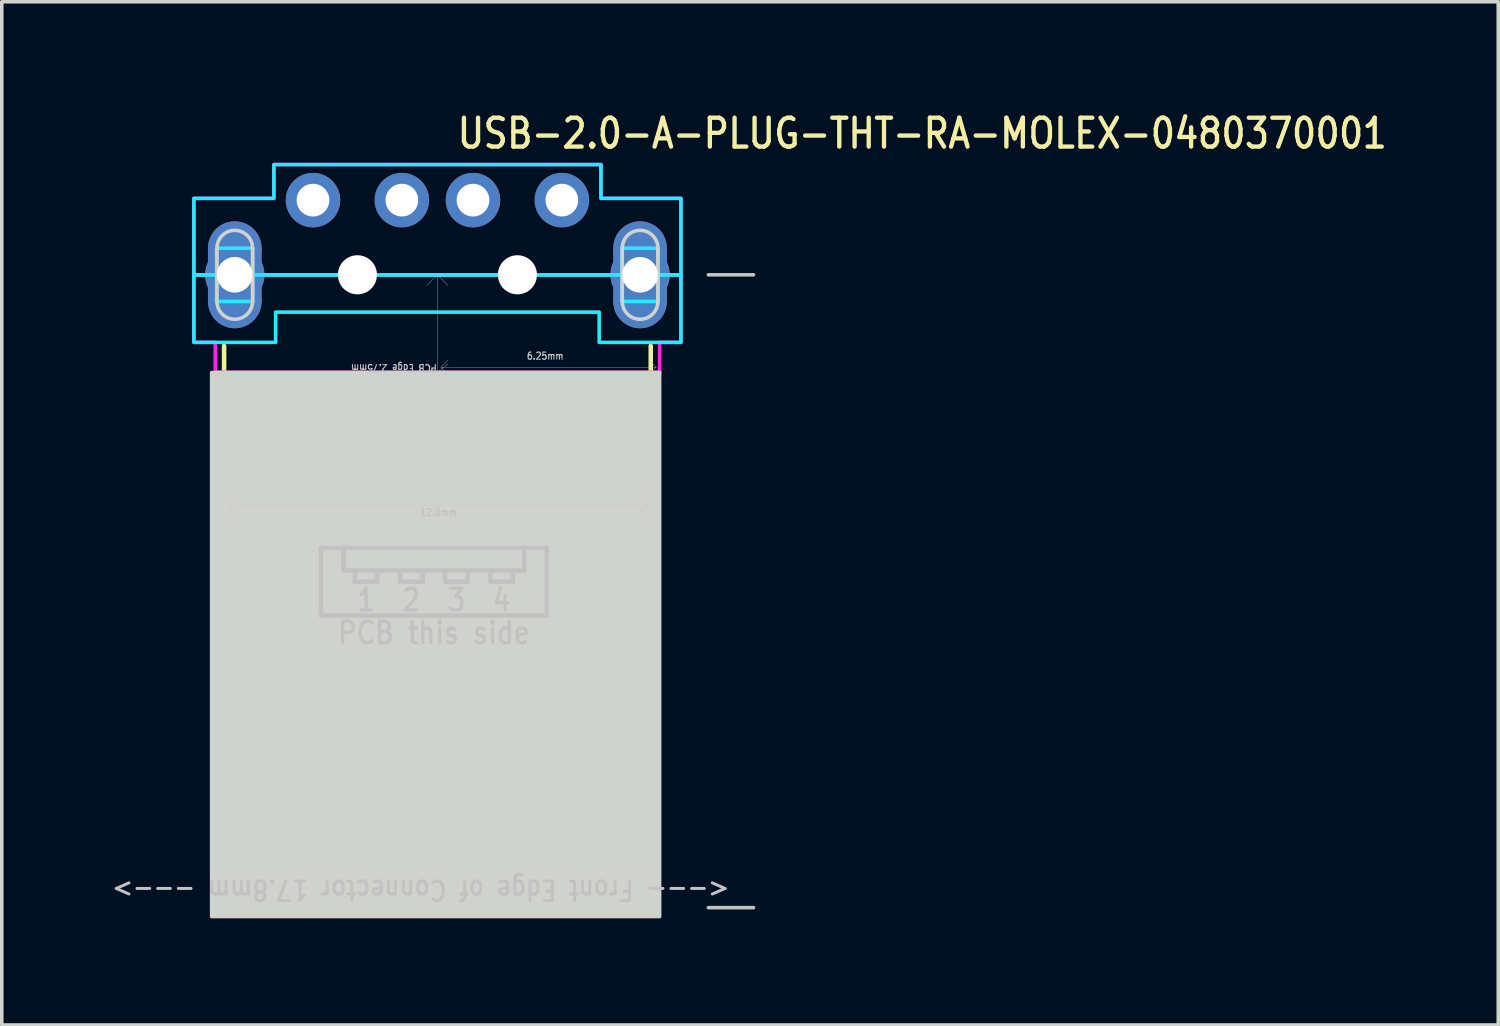
<source format=kicad_pcb>
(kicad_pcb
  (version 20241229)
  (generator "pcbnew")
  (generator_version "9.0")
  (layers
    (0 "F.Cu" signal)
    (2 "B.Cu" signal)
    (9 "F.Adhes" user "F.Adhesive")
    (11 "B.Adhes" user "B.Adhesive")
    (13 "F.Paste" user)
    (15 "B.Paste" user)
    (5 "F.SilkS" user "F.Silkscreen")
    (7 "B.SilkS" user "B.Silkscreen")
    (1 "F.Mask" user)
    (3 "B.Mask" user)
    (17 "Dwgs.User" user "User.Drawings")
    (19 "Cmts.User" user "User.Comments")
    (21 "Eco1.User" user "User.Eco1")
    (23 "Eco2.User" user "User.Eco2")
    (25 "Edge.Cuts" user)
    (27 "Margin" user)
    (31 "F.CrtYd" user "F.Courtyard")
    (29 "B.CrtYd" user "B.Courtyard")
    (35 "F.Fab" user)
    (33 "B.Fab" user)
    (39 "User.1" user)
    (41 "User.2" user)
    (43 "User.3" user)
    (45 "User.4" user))
  (footprint "USB-2.0-A-PLUG-THT-RA-MOLEX-0480370001"
    (layer "F.Cu")
    (at 9.253 4.679)
    (property "Reference" "USB-2.0-A-PLUG-THT-RA-MOLEX-0480370001" (at 0.5 -3.5 0) (unlocked yes) (layer "F.SilkS") (effects (font (size 0.813 0.695) (thickness 0.122)) (justify left bottom)))
    (fp_circle (center -5.7 -0.75) (end -6.454 -0.75) (stroke (width 0) (type solid)) (fill yes) (layer "F.Cu"))
    (fp_circle (center -5.7 0.75) (end -4.946 0.75) (stroke (width 0) (type solid)) (fill yes) (layer "F.Cu"))
    (fp_circle (center 5.7 -0.75) (end 4.946 -0.75) (stroke (width 0) (type solid)) (fill yes) (layer "F.Cu"))
    (fp_circle (center 5.7 0.75) (end 6.454 0.75) (stroke (width 0) (type solid)) (fill yes) (layer "F.Cu"))
    (fp_poly (pts (xy -6.454 0.75) (xy -6.454 -0.75) (xy -4.946 -0.75) (xy -4.946 0.75)) (stroke (width 0) (type solid)) (fill yes) (layer "F.Cu"))
    (fp_poly (pts (xy 4.946 0.75) (xy 4.946 -0.75) (xy 6.454 -0.75) (xy 6.454 0.75)) (stroke (width 0) (type solid)) (fill yes) (layer "F.Cu"))
    (fp_circle (center -5.7 -0.75) (end -6.554 -0.75) (stroke (width 0) (type solid)) (fill yes) (layer "F.Mask"))
    (fp_circle (center -5.7 0.75) (end -4.846 0.75) (stroke (width 0) (type solid)) (fill yes) (layer "F.Mask"))
    (fp_circle (center 5.7 -0.75) (end 4.846 -0.75) (stroke (width 0) (type solid)) (fill yes) (layer "F.Mask"))
    (fp_circle (center 5.7 0.75) (end 6.554 0.75) (stroke (width 0) (type solid)) (fill yes) (layer "F.Mask"))
    (fp_poly (pts (xy -6.554 0.75) (xy -6.554 -0.75) (xy -4.846 -0.75) (xy -4.846 0.75)) (stroke (width 0) (type solid)) (fill yes) (layer "F.Mask"))
    (fp_poly (pts (xy 4.846 0.75) (xy 4.846 -0.75) (xy 6.554 -0.75) (xy 6.554 0.75)) (stroke (width 0) (type solid)) (fill yes) (layer "F.Mask"))
    (fp_circle (center -5.7 -0.75) (end -4.946 -0.75) (stroke (width 0) (type solid)) (fill yes) (layer "B.Cu"))
    (fp_circle (center -5.7 0.75) (end -6.454 0.75) (stroke (width 0) (type solid)) (fill yes) (layer "B.Cu"))
    (fp_circle (center 5.7 -0.75) (end 6.454 -0.75) (stroke (width 0) (type solid)) (fill yes) (layer "B.Cu"))
    (fp_circle (center 5.7 0.75) (end 4.946 0.75) (stroke (width 0) (type solid)) (fill yes) (layer "B.Cu"))
    (fp_poly (pts (xy -4.946 0.75) (xy -4.946 -0.75) (xy -6.454 -0.75) (xy -6.454 0.75)) (stroke (width 0) (type solid)) (fill yes) (layer "B.Cu"))
    (fp_poly (pts (xy 6.454 0.75) (xy 6.454 -0.75) (xy 4.946 -0.75) (xy 4.946 0.75)) (stroke (width 0) (type solid)) (fill yes) (layer "B.Cu"))
    (fp_circle (center -5.7 -0.75) (end -4.846 -0.75) (stroke (width 0) (type solid)) (fill yes) (layer "B.Mask"))
    (fp_circle (center -5.7 0.75) (end -6.554 0.75) (stroke (width 0) (type solid)) (fill yes) (layer "B.Mask"))
    (fp_circle (center 5.7 -0.75) (end 6.554 -0.75) (stroke (width 0) (type solid)) (fill yes) (layer "B.Mask"))
    (fp_circle (center 5.7 0.75) (end 4.846 0.75) (stroke (width 0) (type solid)) (fill yes) (layer "B.Mask"))
    (fp_poly (pts (xy -4.846 0.75) (xy -4.846 -0.75) (xy -6.554 -0.75) (xy -6.554 0.75)) (stroke (width 0) (type solid)) (fill yes) (layer "B.Mask"))
    (fp_poly (pts (xy 6.554 0.75) (xy 6.554 -0.75) (xy 4.846 -0.75) (xy 4.846 0.75)) (stroke (width 0) (type solid)) (fill yes) (layer "B.Mask"))
    (fp_line (start -6 2) (end -6 17.8) (stroke (width 0.127) (type solid)) (layer "F.SilkS"))
    (fp_line (start -6 17.8) (end 6 17.8) (stroke (width 0.127) (type solid)) (layer "F.SilkS"))
    (fp_line (start 6 17.8) (end 6 2) (stroke (width 0.127) (type solid)) (layer "F.SilkS"))
    (fp_line (start -5.9 6.5) (end 5.9 6.5) (stroke (width 0.01) (type solid)) (layer "Dwgs.User"))
    (fp_line (start -5.7 6.3) (end -5.9 6.5) (stroke (width 0.01) (type solid)) (layer "Dwgs.User"))
    (fp_line (start -5.7 6.7) (end -5.9 6.5) (stroke (width 0.01) (type solid)) (layer "Dwgs.User"))
    (fp_line (start -3.275 7.68) (end -2.64 7.68) (stroke (width 0.127) (type solid)) (layer "Dwgs.User"))
    (fp_line (start -3.275 9.585) (end -3.275 7.68) (stroke (width 0.127) (type solid)) (layer "Dwgs.User"))
    (fp_line (start -2.64 7.68) (end -2.64 8.315) (stroke (width 0.127) (type solid)) (layer "Dwgs.User"))
    (fp_line (start -2.64 7.68) (end 2.44 7.68) (stroke (width 0.127) (type solid)) (layer "Dwgs.User"))
    (fp_line (start -2.64 8.315) (end -2.322 8.315) (stroke (width 0.127) (type solid)) (layer "Dwgs.User"))
    (fp_line (start -2.322 8.315) (end -2.322 8.633) (stroke (width 0.127) (type solid)) (layer "Dwgs.User"))
    (fp_line (start -2.322 8.315) (end -1.688 8.315) (stroke (width 0.127) (type solid)) (layer "Dwgs.User"))
    (fp_line (start -2.322 8.633) (end -1.688 8.633) (stroke (width 0.127) (type solid)) (layer "Dwgs.User"))
    (fp_line (start -1.688 8.315) (end -1.052 8.315) (stroke (width 0.127) (type solid)) (layer "Dwgs.User"))
    (fp_line (start -1.688 8.633) (end -1.688 8.315) (stroke (width 0.127) (type solid)) (layer "Dwgs.User"))
    (fp_line (start -1.052 8.315) (end -1.052 8.633) (stroke (width 0.127) (type solid)) (layer "Dwgs.User"))
    (fp_line (start -1.052 8.315) (end -0.417 8.315) (stroke (width 0.127) (type solid)) (layer "Dwgs.User"))
    (fp_line (start -1.052 8.633) (end -0.417 8.633) (stroke (width 0.127) (type solid)) (layer "Dwgs.User"))
    (fp_line (start -0.417 8.315) (end 0.217 8.315) (stroke (width 0.127) (type solid)) (layer "Dwgs.User"))
    (fp_line (start -0.417 8.633) (end -0.417 8.315) (stroke (width 0.127) (type solid)) (layer "Dwgs.User"))
    (fp_line (start 0 0) (end -0.3 0.3) (stroke (width 0.01) (type solid)) (layer "Dwgs.User"))
    (fp_line (start 0 0) (end 0 2.75) (stroke (width 0.01) (type solid)) (layer "Dwgs.User"))
    (fp_line (start 0 0) (end 0.3 0.3) (stroke (width 0.01) (type solid)) (layer "Dwgs.User"))
    (fp_line (start 0 2.75) (end -0.3 2.5) (stroke (width 0.01) (type solid)) (layer "Dwgs.User"))
    (fp_line (start 0 2.75) (end 0.3 2.5) (stroke (width 0.01) (type solid)) (layer "Dwgs.User"))
    (fp_line (start 0.1 2.6) (end 6.15 2.6) (stroke (width 0.01) (type solid)) (layer "Dwgs.User"))
    (fp_line (start 0.217 8.315) (end 0.217 8.633) (stroke (width 0.127) (type solid)) (layer "Dwgs.User"))
    (fp_line (start 0.217 8.315) (end 0.853 8.315) (stroke (width 0.127) (type solid)) (layer "Dwgs.User"))
    (fp_line (start 0.217 8.633) (end 0.853 8.633) (stroke (width 0.127) (type solid)) (layer "Dwgs.User"))
    (fp_line (start 0.3 2.4) (end 0.1 2.6) (stroke (width 0.01) (type solid)) (layer "Dwgs.User"))
    (fp_line (start 0.3 2.8) (end 0.1 2.6) (stroke (width 0.01) (type solid)) (layer "Dwgs.User"))
    (fp_line (start 0.853 8.315) (end 1.488 8.315) (stroke (width 0.127) (type solid)) (layer "Dwgs.User"))
    (fp_line (start 0.853 8.633) (end 0.853 8.315) (stroke (width 0.127) (type solid)) (layer "Dwgs.User"))
    (fp_line (start 1.488 8.315) (end 1.488 8.633) (stroke (width 0.127) (type solid)) (layer "Dwgs.User"))
    (fp_line (start 1.488 8.315) (end 2.123 8.315) (stroke (width 0.127) (type solid)) (layer "Dwgs.User"))
    (fp_line (start 1.488 8.633) (end 2.123 8.633) (stroke (width 0.127) (type solid)) (layer "Dwgs.User"))
    (fp_line (start 2.123 8.315) (end 2.44 8.315) (stroke (width 0.127) (type solid)) (layer "Dwgs.User"))
    (fp_line (start 2.123 8.633) (end 2.123 8.315) (stroke (width 0.127) (type solid)) (layer "Dwgs.User"))
    (fp_line (start 2.44 7.68) (end 3.075 7.68) (stroke (width 0.127) (type solid)) (layer "Dwgs.User"))
    (fp_line (start 2.44 8.315) (end 2.44 7.68) (stroke (width 0.127) (type solid)) (layer "Dwgs.User"))
    (fp_line (start 3.075 7.68) (end 3.075 9.585) (stroke (width 0.127) (type solid)) (layer "Dwgs.User"))
    (fp_line (start 3.075 9.585) (end -3.275 9.585) (stroke (width 0.127) (type solid)) (layer "Dwgs.User"))
    (fp_line (start 5.9 6.5) (end 5.7 6.3) (stroke (width 0.01) (type solid)) (layer "Dwgs.User"))
    (fp_line (start 5.9 6.5) (end 5.7 6.7) (stroke (width 0.01) (type solid)) (layer "Dwgs.User"))
    (fp_line (start 5.95 2.8) (end 6.15 2.6) (stroke (width 0.01) (type solid)) (layer "Dwgs.User"))
    (fp_line (start 6.15 2.6) (end 5.95 2.4) (stroke (width 0.01) (type solid)) (layer "Dwgs.User"))
    (fp_line (start 7.62 0) (end 8.89 0) (stroke (width 0.1) (type solid)) (layer "Dwgs.User"))
    (fp_line (start 7.62 17.8) (end 8.89 17.8) (stroke (width 0.1) (type solid)) (layer "Dwgs.User"))
    (fp_line (start -6.25 2.75) (end 6.25 2.75) (stroke (width 0.1) (type solid)) (layer "Edge.Cuts"))
    (fp_line (start -6.2 0.75) (end -6.2 -0.75) (stroke (width 0.1) (type solid)) (layer "Edge.Cuts"))
    (fp_line (start -5.2 -0.75) (end -5.2 0.75) (stroke (width 0.1) (type solid)) (layer "Edge.Cuts"))
    (fp_line (start 5.2 0.75) (end 5.2 -0.75) (stroke (width 0.1) (type solid)) (layer "Edge.Cuts"))
    (fp_line (start 6.2 -0.75) (end 6.2 0.75) (stroke (width 0.1) (type solid)) (layer "Edge.Cuts"))
    (fp_arc (start -6.2 -0.75) (mid -5.7 -1.25) (end -5.2 -0.75) (stroke (width 0.1) (type solid)) (layer "Edge.Cuts"))
    (fp_arc (start -5.2 0.75) (mid -5.7 1.25) (end -6.2 0.75) (stroke (width 0.1) (type solid)) (layer "Edge.Cuts"))
    (fp_arc (start 5.2 -0.75) (mid 5.7 -1.25) (end 6.2 -0.75) (stroke (width 0.1) (type solid)) (layer "Edge.Cuts"))
    (fp_arc (start 6.2 0.75) (mid 5.7 1.25) (end 5.2 0.75) (stroke (width 0.1) (type solid)) (layer "Edge.Cuts"))
    (fp_poly (pts (xy -6.35 2.75) (xy 6.25 2.75) (xy 6.25 18.05) (xy -6.35 18.05)) (stroke (width 0.1) (type solid)) (fill yes) (layer "Edge.Cuts"))
    (fp_poly (pts (xy -4.6 -3.1) (xy 4.6 -3.1) (xy 4.6 -2.15) (xy 6.85 -2.15) (xy 6.85 0) (xy 6.21 0) (xy 6.21 -0.75) (xy 5.19 -0.75) (xy 5.19 0) (xy 2.81 0) (xy 1.69 0) (xy -1.69 0) (xy -2.81 0) (xy -5.19 0) (xy -5.19 -0.75) (xy -6.21 -0.75) (xy -6.21 0) (xy -6.85 0) (xy -6.85 -2.15) (xy -4.6 -2.15)) (stroke (width 0.1) (type solid)) (fill no) (layer "B.CrtYd"))
    (fp_poly (pts (xy 6.85 1.9) (xy 4.55 1.9) (xy 4.55 1.05) (xy -4.55 1.05) (xy -4.55 1.9) (xy -6.85 1.9) (xy -6.85 0) (xy -6.21 0) (xy -6.21 0.75) (xy -5.19 0.75) (xy -5.19 0) (xy -2.81 0) (xy -1.69 0) (xy 1.69 0) (xy 2.81 0) (xy 5.19 0) (xy 5.19 0.75) (xy 6.21 0.75) (xy 6.21 0) (xy 6.85 0)) (stroke (width 0.1) (type solid)) (fill no) (layer "B.CrtYd"))
    (fp_poly (pts (xy -6.85 -2.15) (xy -4.6 -2.15) (xy -4.6 -3.1) (xy 4.6 -3.1) (xy 4.6 -2.15) (xy 6.85 -2.15) (xy 6.85 0) (xy 6.21 0) (xy 6.21 -0.75) (xy 5.19 -0.75) (xy 5.19 0) (xy 2.81 0) (xy 1.69 0) (xy -1.69 0) (xy -2.81 0) (xy -5.19 0) (xy -5.19 -0.75) (xy -6.21 -0.75) (xy -6.21 0) (xy -6.85 0)) (stroke (width 0.1) (type solid)) (fill no) (layer "F.CrtYd"))
    (fp_poly (pts (xy -6.85 0) (xy -6.21 0) (xy -6.21 0.75) (xy -5.19 0.75) (xy -5.19 0) (xy -2.81 0) (xy -1.69 0) (xy 1.69 0) (xy 2.81 0) (xy 5.19 0) (xy 5.19 0.75) (xy 6.21 0.75) (xy 6.21 0) (xy 6.85 0) (xy 6.85 1.9) (xy 6.25 1.9) (xy 6.25 2.74) (xy -6.25 2.74) (xy -6.25 1.9) (xy -6.85 1.9)) (stroke (width 0.1) (type solid)) (fill no) (layer "F.CrtYd"))
    (fp_text user "1" (at -2.005 8.791 0) (unlocked yes) (layer "Dwgs.User") (effects (font (size 0.61 0.521) (thickness 0.091)) (justify top)))
    (fp_text user "4" (at 1.805 8.791 0) (unlocked yes) (layer "Dwgs.User") (effects (font (size 0.61 0.521) (thickness 0.091)) (justify top)))
    (fp_text user "PCB this side" (at -0.1 9.712 0) (unlocked yes) (layer "Dwgs.User") (effects (font (size 0.61 0.521) (thickness 0.091)) (justify top)))
    (fp_text user "3" (at 0.535 8.791 0) (unlocked yes) (layer "Dwgs.User") (effects (font (size 0.61 0.521) (thickness 0.091)) (justify top)))
    (fp_text user "12.0mm" (at -0.5 6.8 0) (unlocked yes) (layer "Dwgs.User") (effects (font (size 0.2 0.171) (thickness 0.03)) (justify left bottom)))
    (fp_text user "2" (at -0.735 8.791 0) (unlocked yes) (layer "Dwgs.User") (effects (font (size 0.61 0.521) (thickness 0.091)) (justify top)))
    (fp_text user "PCB Edge 2.75mm" (at 0 2.5 180) (unlocked yes) (layer "Dwgs.User") (effects (font (size 0.2 0.171) (thickness 0.03)) (justify left bottom)))
    (fp_text user "<--- Front Edge of Connector 17.8mm --->" (at 8.255 17.3 180) (unlocked yes) (layer "Dwgs.User") (effects (font (size 0.55 0.47) (thickness 0.083)) (justify left)))
    (fp_text user "6.25mm" (at 2.5 2.4 0) (unlocked yes) (layer "Dwgs.User") (effects (font (size 0.2 0.171) (thickness 0.03)) (justify left bottom)))
    (pad "" np_thru_hole circle (at -2.25 0) (size 1.1 1.1) (drill 1.1) (layers "*.Cu" "*.Mask"))
    (pad "" np_thru_hole circle (at 2.25 0) (size 1.1 1.1) (drill 1.1) (layers "*.Cu" "*.Mask"))
    (pad "1" thru_hole oval (at 3.5 -2.1) (size 1.533 1.533) (drill 0.92) (layers "*.Cu" "*.Mask"))
    (pad "2" thru_hole oval (at 1 -2.1) (size 1.533 1.533) (drill 0.92) (layers "*.Cu" "*.Mask"))
    (pad "3" thru_hole oval (at -1 -2.1) (size 1.533 1.533) (drill 0.92) (layers "*.Cu" "*.Mask"))
    (pad "4" thru_hole oval (at -3.5 -2.1) (size 1.533 1.533) (drill 0.92) (layers "*.Cu" "*.Mask"))
    (pad "S_1" thru_hole oval (at -5.7 0) (size 1.667 1.667) (drill 1) (layers "*.Cu" "*.Mask"))
    (pad "S_2" thru_hole oval (at 5.7 0) (size 1.667 1.667) (drill 1) (layers "*.Cu" "*.Mask")))
  (gr_rect
    (start -3 -3)
    (end 39.09 25.779)
    (stroke (width 0.1) (type default))
    (fill no)
    (layer "Edge.Cuts")))
</source>
